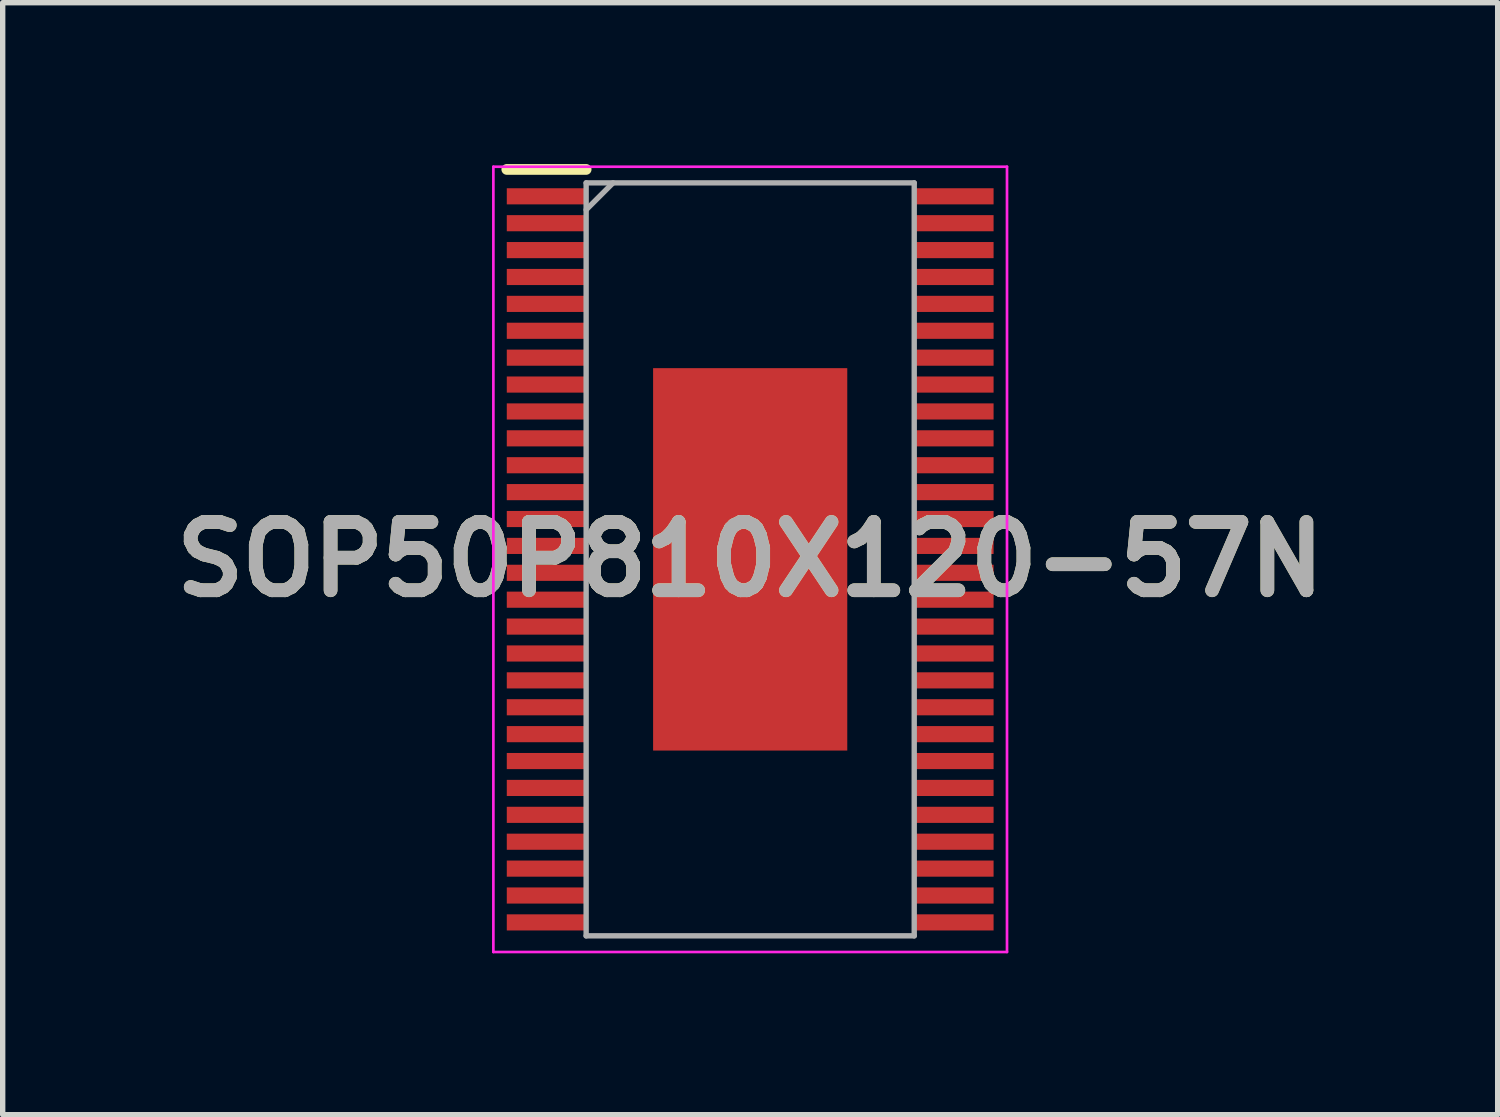
<source format=kicad_pcb>
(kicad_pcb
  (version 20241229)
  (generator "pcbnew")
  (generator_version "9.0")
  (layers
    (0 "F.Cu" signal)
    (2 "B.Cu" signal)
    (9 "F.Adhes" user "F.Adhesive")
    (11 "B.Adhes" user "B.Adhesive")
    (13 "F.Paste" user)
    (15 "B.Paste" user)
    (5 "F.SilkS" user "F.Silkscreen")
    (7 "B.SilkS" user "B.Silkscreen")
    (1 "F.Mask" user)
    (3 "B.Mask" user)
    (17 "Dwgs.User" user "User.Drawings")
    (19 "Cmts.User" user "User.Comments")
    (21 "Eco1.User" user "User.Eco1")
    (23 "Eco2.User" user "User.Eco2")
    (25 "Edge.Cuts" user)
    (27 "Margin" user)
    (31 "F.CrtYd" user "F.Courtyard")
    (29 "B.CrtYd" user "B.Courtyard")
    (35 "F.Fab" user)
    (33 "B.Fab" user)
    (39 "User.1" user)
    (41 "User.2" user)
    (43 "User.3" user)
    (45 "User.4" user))
  (footprint "SOP50P810X120-57N"
    (layer "F.Cu")
    (at 10.898 7.35)
    (property "Reference" "SOP50P810X120-57N" (at 0 0 0) (layer "F.SilkS") (effects (font (size 1.27 1.27) (thickness 0.254))))
    (attr smd)
    (fp_line (start -4.525 -7.25) (end -3.05 -7.25) (stroke (width 0.2) (type solid)) (layer "F.SilkS"))
    (fp_line (start -4.775 -7.3) (end 4.775 -7.3) (stroke (width 0.05) (type solid)) (layer "F.CrtYd"))
    (fp_line (start -4.775 7.3) (end -4.775 -7.3) (stroke (width 0.05) (type solid)) (layer "F.CrtYd"))
    (fp_line (start 4.775 -7.3) (end 4.775 7.3) (stroke (width 0.05) (type solid)) (layer "F.CrtYd"))
    (fp_line (start 4.775 7.3) (end -4.775 7.3) (stroke (width 0.05) (type solid)) (layer "F.CrtYd"))
    (fp_line (start -3.05 -7) (end 3.05 -7) (stroke (width 0.1) (type solid)) (layer "F.Fab"))
    (fp_line (start -3.05 -6.5) (end -2.55 -7) (stroke (width 0.1) (type solid)) (layer "F.Fab"))
    (fp_line (start -3.05 7) (end -3.05 -7) (stroke (width 0.1) (type solid)) (layer "F.Fab"))
    (fp_line (start 3.05 -7) (end 3.05 7) (stroke (width 0.1) (type solid)) (layer "F.Fab"))
    (fp_line (start 3.05 7) (end -3.05 7) (stroke (width 0.1) (type solid)) (layer "F.Fab"))
    (fp_text user "${REFERENCE}" (at 0 0 0) (layer "F.Fab") (effects (font (size 1.27 1.27) (thickness 0.254))))
    (pad "1" smd rect (at -3.788 -6.75 90) (size 0.3 1.475) (layers "F.Cu" "F.Mask" "F.Paste"))
    (pad "2" smd rect (at -3.788 -6.25 90) (size 0.3 1.475) (layers "F.Cu" "F.Mask" "F.Paste"))
    (pad "3" smd rect (at -3.788 -5.75 90) (size 0.3 1.475) (layers "F.Cu" "F.Mask" "F.Paste"))
    (pad "4" smd rect (at -3.788 -5.25 90) (size 0.3 1.475) (layers "F.Cu" "F.Mask" "F.Paste"))
    (pad "5" smd rect (at -3.788 -4.75 90) (size 0.3 1.475) (layers "F.Cu" "F.Mask" "F.Paste"))
    (pad "6" smd rect (at -3.788 -4.25 90) (size 0.3 1.475) (layers "F.Cu" "F.Mask" "F.Paste"))
    (pad "7" smd rect (at -3.788 -3.75 90) (size 0.3 1.475) (layers "F.Cu" "F.Mask" "F.Paste"))
    (pad "8" smd rect (at -3.788 -3.25 90) (size 0.3 1.475) (layers "F.Cu" "F.Mask" "F.Paste"))
    (pad "9" smd rect (at -3.788 -2.75 90) (size 0.3 1.475) (layers "F.Cu" "F.Mask" "F.Paste"))
    (pad "10" smd rect (at -3.788 -2.25 90) (size 0.3 1.475) (layers "F.Cu" "F.Mask" "F.Paste"))
    (pad "11" smd rect (at -3.788 -1.75 90) (size 0.3 1.475) (layers "F.Cu" "F.Mask" "F.Paste"))
    (pad "12" smd rect (at -3.788 -1.25 90) (size 0.3 1.475) (layers "F.Cu" "F.Mask" "F.Paste"))
    (pad "13" smd rect (at -3.788 -0.75 90) (size 0.3 1.475) (layers "F.Cu" "F.Mask" "F.Paste"))
    (pad "14" smd rect (at -3.788 -0.25 90) (size 0.3 1.475) (layers "F.Cu" "F.Mask" "F.Paste"))
    (pad "15" smd rect (at -3.788 0.25 90) (size 0.3 1.475) (layers "F.Cu" "F.Mask" "F.Paste"))
    (pad "16" smd rect (at -3.788 0.75 90) (size 0.3 1.475) (layers "F.Cu" "F.Mask" "F.Paste"))
    (pad "17" smd rect (at -3.788 1.25 90) (size 0.3 1.475) (layers "F.Cu" "F.Mask" "F.Paste"))
    (pad "18" smd rect (at -3.788 1.75 90) (size 0.3 1.475) (layers "F.Cu" "F.Mask" "F.Paste"))
    (pad "19" smd rect (at -3.788 2.25 90) (size 0.3 1.475) (layers "F.Cu" "F.Mask" "F.Paste"))
    (pad "20" smd rect (at -3.788 2.75 90) (size 0.3 1.475) (layers "F.Cu" "F.Mask" "F.Paste"))
    (pad "21" smd rect (at -3.788 3.25 90) (size 0.3 1.475) (layers "F.Cu" "F.Mask" "F.Paste"))
    (pad "22" smd rect (at -3.788 3.75 90) (size 0.3 1.475) (layers "F.Cu" "F.Mask" "F.Paste"))
    (pad "23" smd rect (at -3.788 4.25 90) (size 0.3 1.475) (layers "F.Cu" "F.Mask" "F.Paste"))
    (pad "24" smd rect (at -3.788 4.75 90) (size 0.3 1.475) (layers "F.Cu" "F.Mask" "F.Paste"))
    (pad "25" smd rect (at -3.788 5.25 90) (size 0.3 1.475) (layers "F.Cu" "F.Mask" "F.Paste"))
    (pad "26" smd rect (at -3.788 5.75 90) (size 0.3 1.475) (layers "F.Cu" "F.Mask" "F.Paste"))
    (pad "27" smd rect (at -3.788 6.25 90) (size 0.3 1.475) (layers "F.Cu" "F.Mask" "F.Paste"))
    (pad "28" smd rect (at -3.788 6.75 90) (size 0.3 1.475) (layers "F.Cu" "F.Mask" "F.Paste"))
    (pad "29" smd rect (at 3.788 6.75 90) (size 0.3 1.475) (layers "F.Cu" "F.Mask" "F.Paste"))
    (pad "30" smd rect (at 3.788 6.25 90) (size 0.3 1.475) (layers "F.Cu" "F.Mask" "F.Paste"))
    (pad "31" smd rect (at 3.788 5.75 90) (size 0.3 1.475) (layers "F.Cu" "F.Mask" "F.Paste"))
    (pad "32" smd rect (at 3.788 5.25 90) (size 0.3 1.475) (layers "F.Cu" "F.Mask" "F.Paste"))
    (pad "33" smd rect (at 3.788 4.75 90) (size 0.3 1.475) (layers "F.Cu" "F.Mask" "F.Paste"))
    (pad "34" smd rect (at 3.788 4.25 90) (size 0.3 1.475) (layers "F.Cu" "F.Mask" "F.Paste"))
    (pad "35" smd rect (at 3.788 3.75 90) (size 0.3 1.475) (layers "F.Cu" "F.Mask" "F.Paste"))
    (pad "36" smd rect (at 3.788 3.25 90) (size 0.3 1.475) (layers "F.Cu" "F.Mask" "F.Paste"))
    (pad "37" smd rect (at 3.788 2.75 90) (size 0.3 1.475) (layers "F.Cu" "F.Mask" "F.Paste"))
    (pad "38" smd rect (at 3.788 2.25 90) (size 0.3 1.475) (layers "F.Cu" "F.Mask" "F.Paste"))
    (pad "39" smd rect (at 3.788 1.75 90) (size 0.3 1.475) (layers "F.Cu" "F.Mask" "F.Paste"))
    (pad "40" smd rect (at 3.788 1.25 90) (size 0.3 1.475) (layers "F.Cu" "F.Mask" "F.Paste"))
    (pad "41" smd rect (at 3.788 0.75 90) (size 0.3 1.475) (layers "F.Cu" "F.Mask" "F.Paste"))
    (pad "42" smd rect (at 3.788 0.25 90) (size 0.3 1.475) (layers "F.Cu" "F.Mask" "F.Paste"))
    (pad "43" smd rect (at 3.788 -0.25 90) (size 0.3 1.475) (layers "F.Cu" "F.Mask" "F.Paste"))
    (pad "44" smd rect (at 3.788 -0.75 90) (size 0.3 1.475) (layers "F.Cu" "F.Mask" "F.Paste"))
    (pad "45" smd rect (at 3.788 -1.25 90) (size 0.3 1.475) (layers "F.Cu" "F.Mask" "F.Paste"))
    (pad "46" smd rect (at 3.788 -1.75 90) (size 0.3 1.475) (layers "F.Cu" "F.Mask" "F.Paste"))
    (pad "47" smd rect (at 3.788 -2.25 90) (size 0.3 1.475) (layers "F.Cu" "F.Mask" "F.Paste"))
    (pad "48" smd rect (at 3.788 -2.75 90) (size 0.3 1.475) (layers "F.Cu" "F.Mask" "F.Paste"))
    (pad "49" smd rect (at 3.788 -3.25 90) (size 0.3 1.475) (layers "F.Cu" "F.Mask" "F.Paste"))
    (pad "50" smd rect (at 3.788 -3.75 90) (size 0.3 1.475) (layers "F.Cu" "F.Mask" "F.Paste"))
    (pad "51" smd rect (at 3.788 -4.25 90) (size 0.3 1.475) (layers "F.Cu" "F.Mask" "F.Paste"))
    (pad "52" smd rect (at 3.788 -4.75 90) (size 0.3 1.475) (layers "F.Cu" "F.Mask" "F.Paste"))
    (pad "53" smd rect (at 3.788 -5.25 90) (size 0.3 1.475) (layers "F.Cu" "F.Mask" "F.Paste"))
    (pad "54" smd rect (at 3.788 -5.75 90) (size 0.3 1.475) (layers "F.Cu" "F.Mask" "F.Paste"))
    (pad "55" smd rect (at 3.788 -6.25 90) (size 0.3 1.475) (layers "F.Cu" "F.Mask" "F.Paste"))
    (pad "56" smd rect (at 3.788 -6.75 90) (size 0.3 1.475) (layers "F.Cu" "F.Mask" "F.Paste"))
    (pad "57" smd rect (at 0 0) (size 3.61 7.11) (layers "F.Cu" "F.Mask" "F.Paste")))
  (gr_rect
    (start -3 -3)
    (end 24.796 17.675)
    (stroke (width 0.1) (type default))
    (fill no)
    (layer "Edge.Cuts")))
</source>
